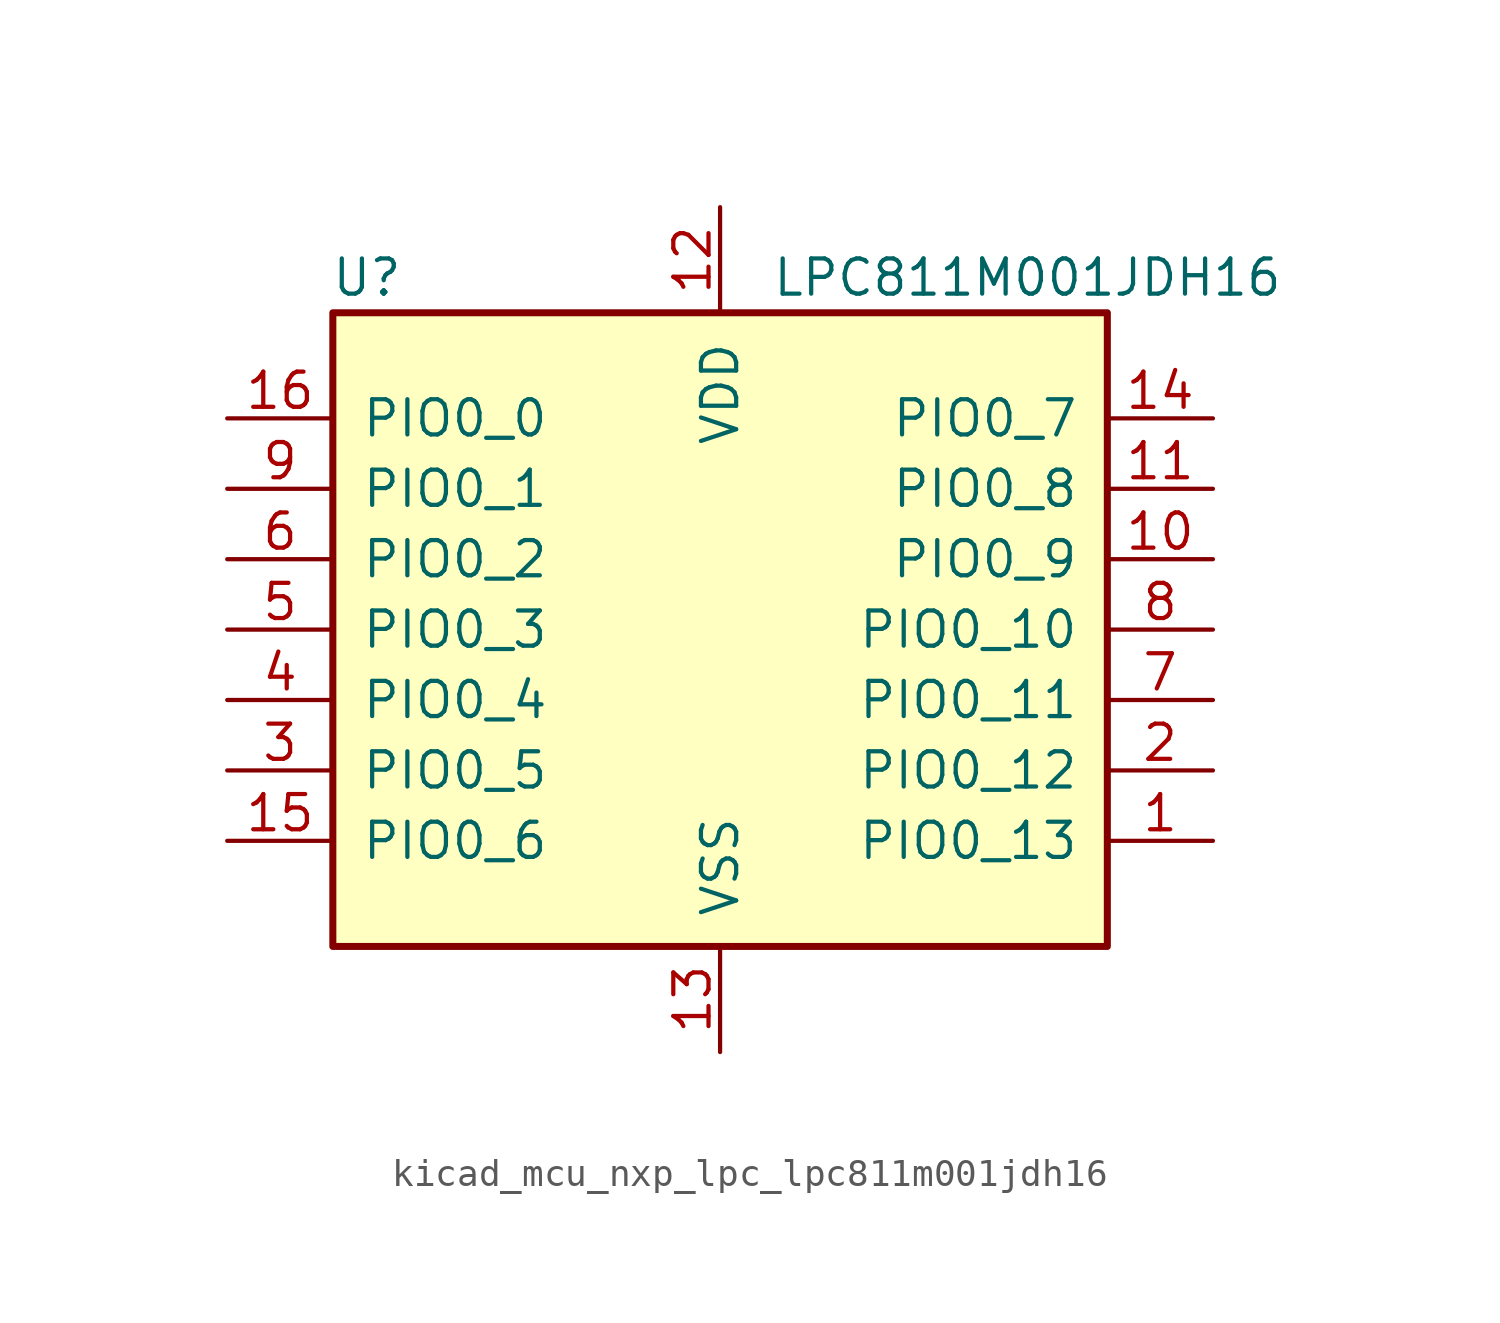
<source format=kicad_sym>
(kicad_symbol_lib
  (version 20220914)
  (generator kicad_symbol_editor)
  (symbol "kicad_mcu_nxp_lpc_lpc811m001jdh16"
    (pin_names
      (offset 1.016))
    (property "Reference" "U"
      (at -11.43 12.7 0)
      (effects (font (size 1.27 1.27)) (justify right)))
    (property "Value" "LPC811M001JDH16"
      (at 20.32 12.7 0)
      (effects (font (size 1.27 1.27)) (justify right)))
    (symbol "kicad_mcu_nxp_lpc_lpc811m001jdh16_0_1"
      (rectangle (start 13.97 11.43) (end -13.97 -11.43) (stroke (width 0.254) (type default)) (fill (type background))))
    (symbol "kicad_mcu_nxp_lpc_lpc811m001jdh16_1_1"
      (pin bidirectional line (at 17.78 -7.62 180) (length 3.81) (name "PIO0_13" (effects (font (size 1.27 1.27)))) (number "1" (effects (font (size 1.27 1.27)))))
      (pin bidirectional line (at 17.78 2.54 180) (length 3.81) (name "PIO0_9" (effects (font (size 1.27 1.27)))) (number "10" (effects (font (size 1.27 1.27)))))
      (pin bidirectional line (at 17.78 5.08 180) (length 3.81) (name "PIO0_8" (effects (font (size 1.27 1.27)))) (number "11" (effects (font (size 1.27 1.27)))))
      (pin power_in line (at 0 15.24 270) (length 3.81) (name "VDD" (effects (font (size 1.27 1.27)))) (number "12" (effects (font (size 1.27 1.27)))))
      (pin power_in line (at 0 -15.24 90) (length 3.81) (name "VSS" (effects (font (size 1.27 1.27)))) (number "13" (effects (font (size 1.27 1.27)))))
      (pin bidirectional line (at 17.78 7.62 180) (length 3.81) (name "PIO0_7" (effects (font (size 1.27 1.27)))) (number "14" (effects (font (size 1.27 1.27)))))
      (pin bidirectional line (at -17.78 -7.62 0) (length 3.81) (name "PIO0_6" (effects (font (size 1.27 1.27)))) (number "15" (effects (font (size 1.27 1.27)))))
      (pin bidirectional line (at -17.78 7.62 0) (length 3.81) (name "PIO0_0" (effects (font (size 1.27 1.27)))) (number "16" (effects (font (size 1.27 1.27)))))
      (pin bidirectional line (at 17.78 -5.08 180) (length 3.81) (name "PIO0_12" (effects (font (size 1.27 1.27)))) (number "2" (effects (font (size 1.27 1.27)))))
      (pin bidirectional line (at -17.78 -5.08 0) (length 3.81) (name "PIO0_5" (effects (font (size 1.27 1.27)))) (number "3" (effects (font (size 1.27 1.27)))))
      (pin bidirectional line (at -17.78 -2.54 0) (length 3.81) (name "PIO0_4" (effects (font (size 1.27 1.27)))) (number "4" (effects (font (size 1.27 1.27)))))
      (pin bidirectional line (at -17.78 0 0) (length 3.81) (name "PIO0_3" (effects (font (size 1.27 1.27)))) (number "5" (effects (font (size 1.27 1.27)))))
      (pin bidirectional line (at -17.78 2.54 0) (length 3.81) (name "PIO0_2" (effects (font (size 1.27 1.27)))) (number "6" (effects (font (size 1.27 1.27)))))
      (pin bidirectional line (at 17.78 -2.54 180) (length 3.81) (name "PIO0_11" (effects (font (size 1.27 1.27)))) (number "7" (effects (font (size 1.27 1.27)))))
      (pin bidirectional line (at 17.78 0 180) (length 3.81) (name "PIO0_10" (effects (font (size 1.27 1.27)))) (number "8" (effects (font (size 1.27 1.27)))))
      (pin bidirectional line (at -17.78 5.08 0) (length 3.81) (name "PIO0_1" (effects (font (size 1.27 1.27)))) (number "9" (effects (font (size 1.27 1.27))))))))
</source>
